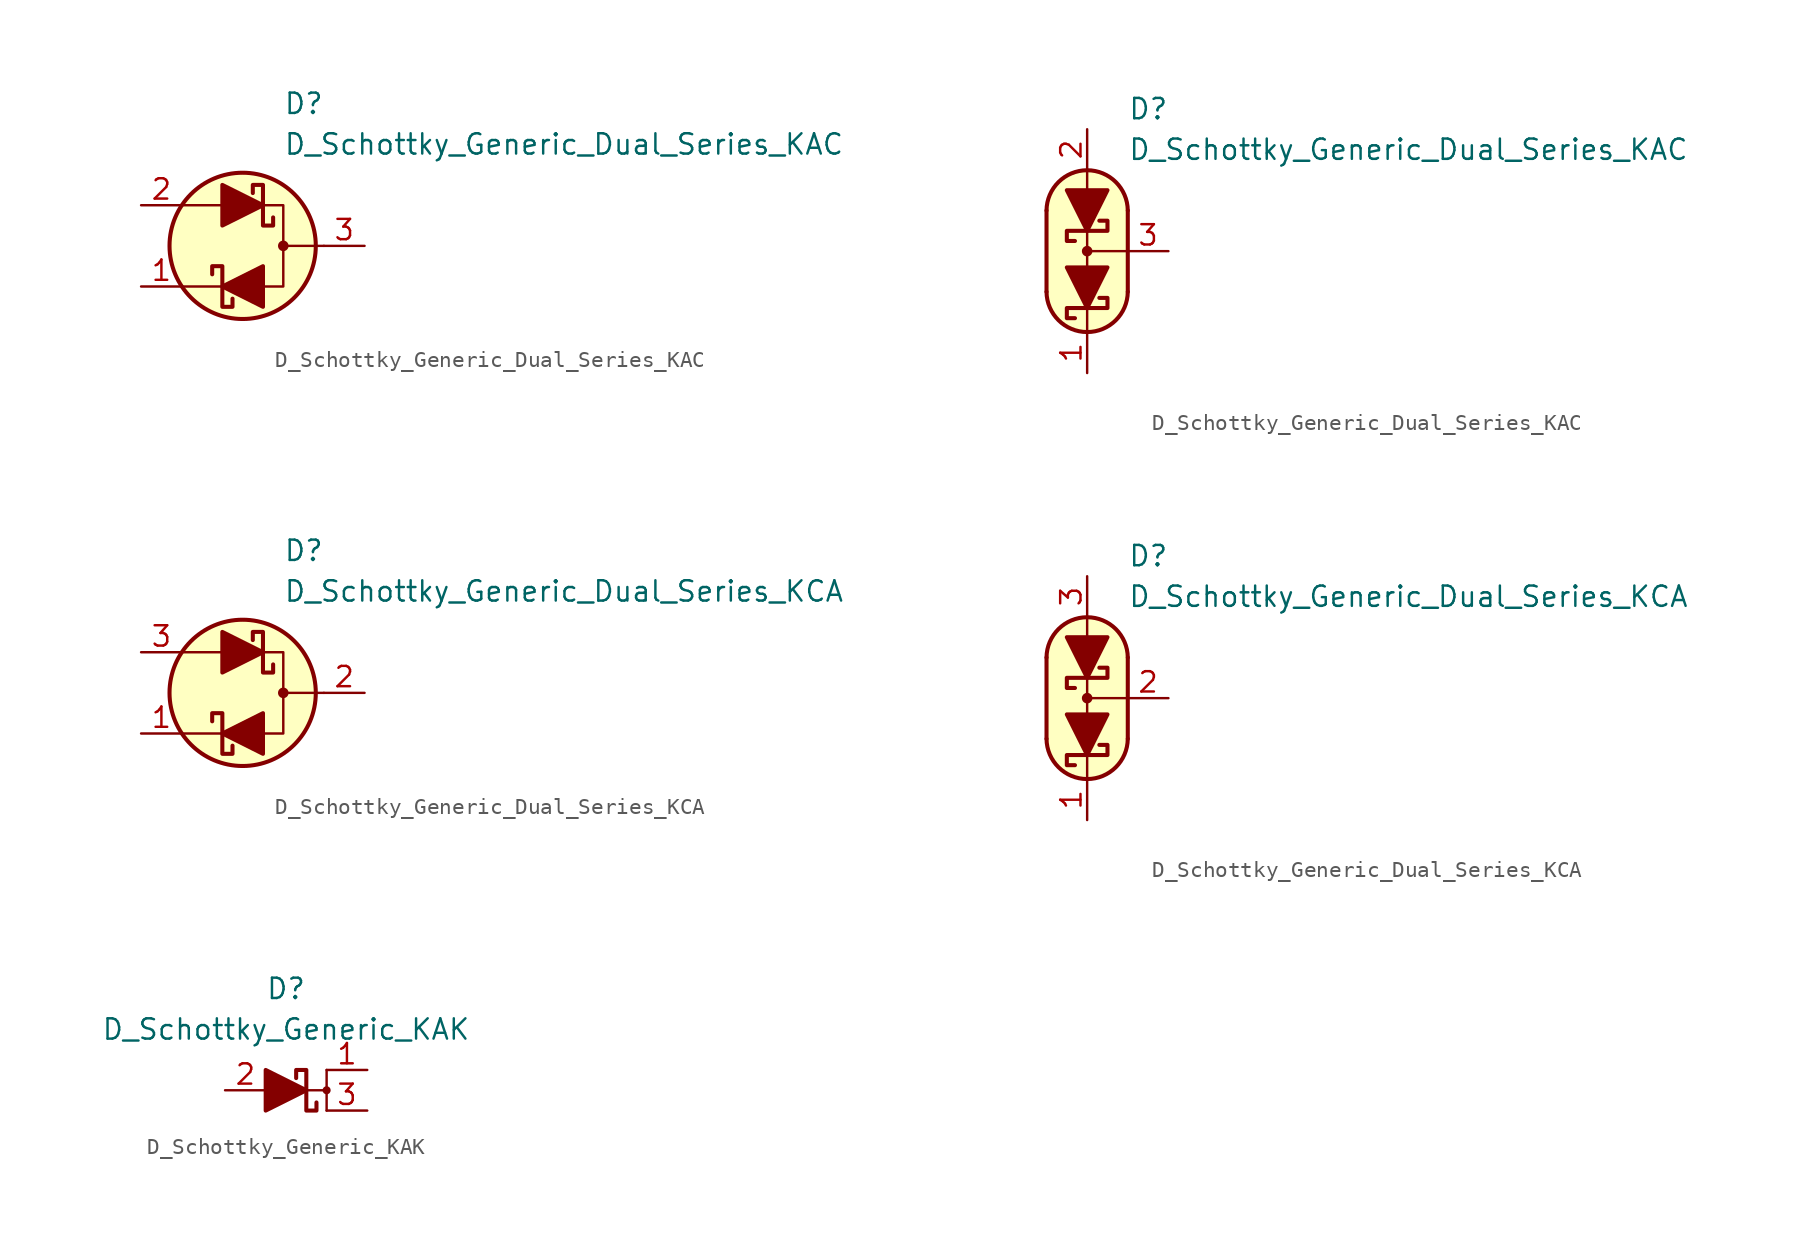
<source format=kicad_sym>
(kicad_symbol_lib
  (version 20231120)
  (generator "kicad_symbol_editor")
  (generator_version "8.0")
  (symbol "D_Schottky_Generic_Dual_Series_KAC"
    (pin_names
      (offset 1.016) hide)
    (property "Reference" "D"
      (at 2.54 8.89 0)
      (effects (font (size 1.27 1.27)) (justify left)))
    (property "Value" "D_Schottky_Generic_Dual_Series_KAC"
      (at 2.54 6.35 0)
      (effects (font (size 1.27 1.27)) (justify left)))
    (symbol "D_Schottky_Generic_Dual_Series_KAC_0_1"
      (polyline (pts (xy -1.27 -2.54) (xy -3.81 -2.54)) (stroke (width 0) (type default)) (fill (type none)))
      (polyline (pts (xy -1.27 2.54) (xy -3.81 2.54)) (stroke (width 0) (type default)) (fill (type none)))
      (polyline (pts (xy 5.08 0) (xy 2.54 0)) (stroke (width 0) (type default)) (fill (type none)))
      (polyline (pts (xy 1.27 -2.54) (xy 2.54 -2.54) (xy 2.54 2.54) (xy 1.27 2.54)) (stroke (width 0) (type default)) (fill (type none)))
      (circle (center 0 0) (radius 4.572) (stroke (width 0.254) (type default)) (fill (type background)))
      (circle (center 2.54 0) (radius 0.254) (stroke (width 0) (type default)) (fill (type outline))))
    (symbol "D_Schottky_Generic_Dual_Series_KAC_1_1"
      (polyline (pts (xy -1.27 2.54) (xy 1.27 2.54)) (stroke (width 0) (type default)) (fill (type none)))
      (polyline (pts (xy 1.27 -2.54) (xy -1.27 -2.54)) (stroke (width 0) (type default)) (fill (type none)))
      (polyline (pts (xy -1.27 1.27) (xy -1.27 3.81) (xy 1.27 2.54) (xy -1.27 1.27)) (stroke (width 0.254) (type default)) (fill (type outline)))
      (polyline (pts (xy 1.27 -1.27) (xy 1.27 -3.81) (xy -1.27 -2.54) (xy 1.27 -1.27)) (stroke (width 0.254) (type default)) (fill (type outline)))
      (polyline (pts (xy -1.905 -1.778) (xy -1.905 -1.27) (xy -1.27 -1.27) (xy -1.27 -3.81) (xy -0.635 -3.81) (xy -0.635 -3.302)) (stroke (width 0.254) (type default)) (fill (type none)))
      (polyline (pts (xy 1.905 1.778) (xy 1.905 1.27) (xy 1.27 1.27) (xy 1.27 3.81) (xy 0.635 3.81) (xy 0.635 3.302)) (stroke (width 0.254) (type default)) (fill (type none)))
      (pin passive line (at -6.35 -2.54 0) (length 2.54) (name "K" (effects (font (size 1.27 1.27)))) (number "1" (effects (font (size 1.27 1.27)))))
      (pin passive line (at -6.35 2.54 0) (length 2.54) (name "A" (effects (font (size 1.27 1.27)))) (number "2" (effects (font (size 1.27 1.27)))))
      (pin passive line (at 7.62 0 180) (length 2.54) (name "C" (effects (font (size 1.27 1.27)))) (number "3" (effects (font (size 1.27 1.27))))))
    (symbol "D_Schottky_Generic_Dual_Series_KAC_1_2"
      (arc (start -2.54 -2.54) (mid 0 -5.0576) (end 2.54 -2.54) (stroke (width 0.254) (type default)) (fill (type none)))
      (polyline (pts (xy -2.54 2.54) (xy -2.54 -2.54)) (stroke (width 0.254) (type default)) (fill (type none)))
      (polyline (pts (xy 0 -5.08) (xy 0 -3.556)) (stroke (width 0) (type default)) (fill (type none)))
      (polyline (pts (xy 0 0) (xy 2.54 0)) (stroke (width 0) (type default)) (fill (type none)))
      (polyline (pts (xy 0 1.27) (xy 0 -1.27)) (stroke (width 0) (type default)) (fill (type none)))
      (polyline (pts (xy 0 5.08) (xy 0 3.556)) (stroke (width 0) (type default)) (fill (type none)))
      (polyline (pts (xy 2.54 -2.54) (xy 2.54 2.54)) (stroke (width 0.254) (type default)) (fill (type none)))
      (polyline (pts (xy 1.27 -1.016) (xy -1.27 -1.016) (xy 0 -3.556) (xy 1.27 -1.016)) (stroke (width 0.254) (type default)) (fill (type outline)))
      (polyline (pts (xy 1.27 3.81) (xy -1.27 3.81) (xy 0 1.27) (xy 1.27 3.81)) (stroke (width 0.254) (type default)) (fill (type outline)))
      (polyline (pts (xy -0.762 0.635) (xy -1.27 0.635) (xy -1.27 1.27) (xy 1.27 1.27) (xy 1.27 1.905) (xy 0.762 1.905)) (stroke (width 0.254) (type default)) (fill (type none)))
      (polyline (pts (xy 0.762 -2.921) (xy 1.27 -2.921) (xy 1.27 -3.556) (xy -1.27 -3.556) (xy -1.27 -4.191) (xy -0.762 -4.191)) (stroke (width 0.254) (type default)) (fill (type none)))
      (polyline (pts (xy 0 -5.08) (xy -1.016 -4.826) (xy -1.778 -4.318) (xy -2.286 -3.556) (xy -2.54 -3.048) (xy -2.54 2.794) (xy -2.286 3.556) (xy -1.778 4.318) (xy -1.016 4.826) (xy -0.254 5.08) (xy 0.254 5.08) (xy 1.016 4.826) (xy 1.524 4.572) (xy 2.032 4.064) (xy 2.286 3.556) (xy 2.54 2.794) (xy 2.54 -2.794) (xy 2.286 -3.556) (xy 2.032 -4.064) (xy 1.524 -4.572) (xy 1.016 -4.826) (xy 0 -5.08)) (stroke (width 0.01) (type default)) (fill (type background)))
      (circle (center 0 0) (radius 0.254) (stroke (width 0) (type default)) (fill (type outline)))
      (arc (start 2.54 2.54) (mid 0 5.0576) (end -2.54 2.54) (stroke (width 0.254) (type default)) (fill (type none)))
      (pin passive line (at 0 -7.62 90) (length 2.54) (name "K" (effects (font (size 1.27 1.27)))) (number "1" (effects (font (size 1.27 1.27)))))
      (pin passive line (at 0 7.62 270) (length 2.54) (name "A" (effects (font (size 1.27 1.27)))) (number "2" (effects (font (size 1.27 1.27)))))
      (pin passive line (at 5.08 0 180) (length 2.54) (name "C" (effects (font (size 1.27 1.27)))) (number "3" (effects (font (size 1.27 1.27)))))))
  (symbol "D_Schottky_Generic_Dual_Series_KCA"
    (pin_names
      (offset 1.016) hide)
    (property "Reference" "D"
      (at 2.54 8.89 0)
      (effects (font (size 1.27 1.27)) (justify left)))
    (property "Value" "D_Schottky_Generic_Dual_Series_KCA"
      (at 2.54 6.35 0)
      (effects (font (size 1.27 1.27)) (justify left)))
    (symbol "D_Schottky_Generic_Dual_Series_KCA_0_1"
      (polyline (pts (xy -1.27 -2.54) (xy -3.81 -2.54)) (stroke (width 0) (type default)) (fill (type none)))
      (polyline (pts (xy -1.27 2.54) (xy -3.81 2.54)) (stroke (width 0) (type default)) (fill (type none)))
      (polyline (pts (xy 5.08 0) (xy 2.54 0)) (stroke (width 0) (type default)) (fill (type none)))
      (polyline (pts (xy 1.27 -2.54) (xy 2.54 -2.54) (xy 2.54 2.54) (xy 1.27 2.54)) (stroke (width 0) (type default)) (fill (type none)))
      (circle (center 0 0) (radius 4.572) (stroke (width 0.254) (type default)) (fill (type background)))
      (circle (center 2.54 0) (radius 0.254) (stroke (width 0) (type default)) (fill (type outline))))
    (symbol "D_Schottky_Generic_Dual_Series_KCA_1_1"
      (polyline (pts (xy -1.27 2.54) (xy 1.27 2.54)) (stroke (width 0) (type default)) (fill (type none)))
      (polyline (pts (xy 1.27 -2.54) (xy -1.27 -2.54)) (stroke (width 0) (type default)) (fill (type none)))
      (polyline (pts (xy -1.27 1.27) (xy -1.27 3.81) (xy 1.27 2.54) (xy -1.27 1.27)) (stroke (width 0.254) (type default)) (fill (type outline)))
      (polyline (pts (xy 1.27 -1.27) (xy 1.27 -3.81) (xy -1.27 -2.54) (xy 1.27 -1.27)) (stroke (width 0.254) (type default)) (fill (type outline)))
      (polyline (pts (xy -1.905 -1.778) (xy -1.905 -1.27) (xy -1.27 -1.27) (xy -1.27 -3.81) (xy -0.635 -3.81) (xy -0.635 -3.302)) (stroke (width 0.254) (type default)) (fill (type none)))
      (polyline (pts (xy 1.905 1.778) (xy 1.905 1.27) (xy 1.27 1.27) (xy 1.27 3.81) (xy 0.635 3.81) (xy 0.635 3.302)) (stroke (width 0.254) (type default)) (fill (type none)))
      (pin passive line (at -6.35 -2.54 0) (length 2.54) (name "K" (effects (font (size 1.27 1.27)))) (number "1" (effects (font (size 1.27 1.27)))))
      (pin passive line (at 7.62 0 180) (length 2.54) (name "C" (effects (font (size 1.27 1.27)))) (number "2" (effects (font (size 1.27 1.27)))))
      (pin passive line (at -6.35 2.54 0) (length 2.54) (name "A" (effects (font (size 1.27 1.27)))) (number "3" (effects (font (size 1.27 1.27))))))
    (symbol "D_Schottky_Generic_Dual_Series_KCA_1_2"
      (arc (start -2.54 -2.54) (mid 0 -5.0576) (end 2.54 -2.54) (stroke (width 0.254) (type default)) (fill (type none)))
      (polyline (pts (xy -2.54 2.54) (xy -2.54 -2.54)) (stroke (width 0.254) (type default)) (fill (type none)))
      (polyline (pts (xy 0 -5.08) (xy 0 -3.556)) (stroke (width 0) (type default)) (fill (type none)))
      (polyline (pts (xy 0 0) (xy 2.54 0)) (stroke (width 0) (type default)) (fill (type none)))
      (polyline (pts (xy 0 1.27) (xy 0 -1.27)) (stroke (width 0) (type default)) (fill (type none)))
      (polyline (pts (xy 0 5.08) (xy 0 3.556)) (stroke (width 0) (type default)) (fill (type none)))
      (polyline (pts (xy 2.54 -2.54) (xy 2.54 2.54)) (stroke (width 0.254) (type default)) (fill (type none)))
      (polyline (pts (xy 1.27 -1.016) (xy -1.27 -1.016) (xy 0 -3.556) (xy 1.27 -1.016)) (stroke (width 0.254) (type default)) (fill (type outline)))
      (polyline (pts (xy 1.27 3.81) (xy -1.27 3.81) (xy 0 1.27) (xy 1.27 3.81)) (stroke (width 0.254) (type default)) (fill (type outline)))
      (polyline (pts (xy -0.762 0.635) (xy -1.27 0.635) (xy -1.27 1.27) (xy 1.27 1.27) (xy 1.27 1.905) (xy 0.762 1.905)) (stroke (width 0.254) (type default)) (fill (type none)))
      (polyline (pts (xy 0.762 -2.921) (xy 1.27 -2.921) (xy 1.27 -3.556) (xy -1.27 -3.556) (xy -1.27 -4.191) (xy -0.762 -4.191)) (stroke (width 0.254) (type default)) (fill (type none)))
      (polyline (pts (xy 0 -5.08) (xy -1.016 -4.826) (xy -1.778 -4.318) (xy -2.286 -3.556) (xy -2.54 -3.048) (xy -2.54 2.794) (xy -2.286 3.556) (xy -1.778 4.318) (xy -1.016 4.826) (xy -0.254 5.08) (xy 0.254 5.08) (xy 1.016 4.826) (xy 1.524 4.572) (xy 2.032 4.064) (xy 2.286 3.556) (xy 2.54 2.794) (xy 2.54 -2.794) (xy 2.286 -3.556) (xy 2.032 -4.064) (xy 1.524 -4.572) (xy 1.016 -4.826) (xy 0 -5.08)) (stroke (width 0.01) (type default)) (fill (type background)))
      (circle (center 0 0) (radius 0.254) (stroke (width 0) (type default)) (fill (type outline)))
      (arc (start 2.54 2.54) (mid 0 5.0576) (end -2.54 2.54) (stroke (width 0.254) (type default)) (fill (type none)))
      (pin passive line (at 0 -7.62 90) (length 2.54) (name "K" (effects (font (size 1.27 1.27)))) (number "1" (effects (font (size 1.27 1.27)))))
      (pin passive line (at 5.08 0 180) (length 2.54) (name "C" (effects (font (size 1.27 1.27)))) (number "2" (effects (font (size 1.27 1.27)))))
      (pin passive line (at 0 7.62 270) (length 2.54) (name "A" (effects (font (size 1.27 1.27)))) (number "3" (effects (font (size 1.27 1.27)))))))
  (symbol "D_Schottky_Generic_KAK"
    (pin_names
      (offset 1.016) hide)
    (property "Reference" "D"
      (at 0 6.35 0)
      (effects (font (size 1.27 1.27))))
    (property "Value" "D_Schottky_Generic_KAK"
      (at 0 3.81 0)
      (effects (font (size 1.27 1.27))))
    (symbol "D_Schottky_Generic_KAK_0_1"
      (polyline (pts (xy -1.27 0) (xy 1.27 0)) (stroke (width 0) (type default)) (fill (type none)))
      (polyline (pts (xy 1.27 0) (xy 2.54 0)) (stroke (width 0) (type default)) (fill (type none)))
      (polyline (pts (xy 2.54 -1.27) (xy 2.54 1.27)) (stroke (width 0) (type default)) (fill (type none)))
      (polyline (pts (xy -1.27 -1.27) (xy -1.27 1.27) (xy 1.27 0) (xy -1.27 -1.27)) (stroke (width 0.254) (type default)) (fill (type outline)))
      (circle (center 2.54 0) (radius 0.178) (stroke (width 0) (type default)) (fill (type outline))))
    (symbol "D_Schottky_Generic_KAK_1_1"
      (polyline (pts (xy 1.905 -0.762) (xy 1.905 -1.27) (xy 1.27 -1.27) (xy 1.27 1.27) (xy 0.635 1.27) (xy 0.635 0.762)) (stroke (width 0.254) (type default)) (fill (type none)))
      (pin passive line (at 5.08 1.27 180) (length 2.54) (name "K" (effects (font (size 1.27 1.27)))) (number "1" (effects (font (size 1.27 1.27)))))
      (pin passive line (at -3.81 0 0) (length 2.54) (name "A" (effects (font (size 1.27 1.27)))) (number "2" (effects (font (size 1.27 1.27)))))
      (pin passive line (at 5.08 -1.27 180) (length 2.54) (name "K" (effects (font (size 1.27 1.27)))) (number "3" (effects (font (size 1.27 1.27))))))))
</source>
